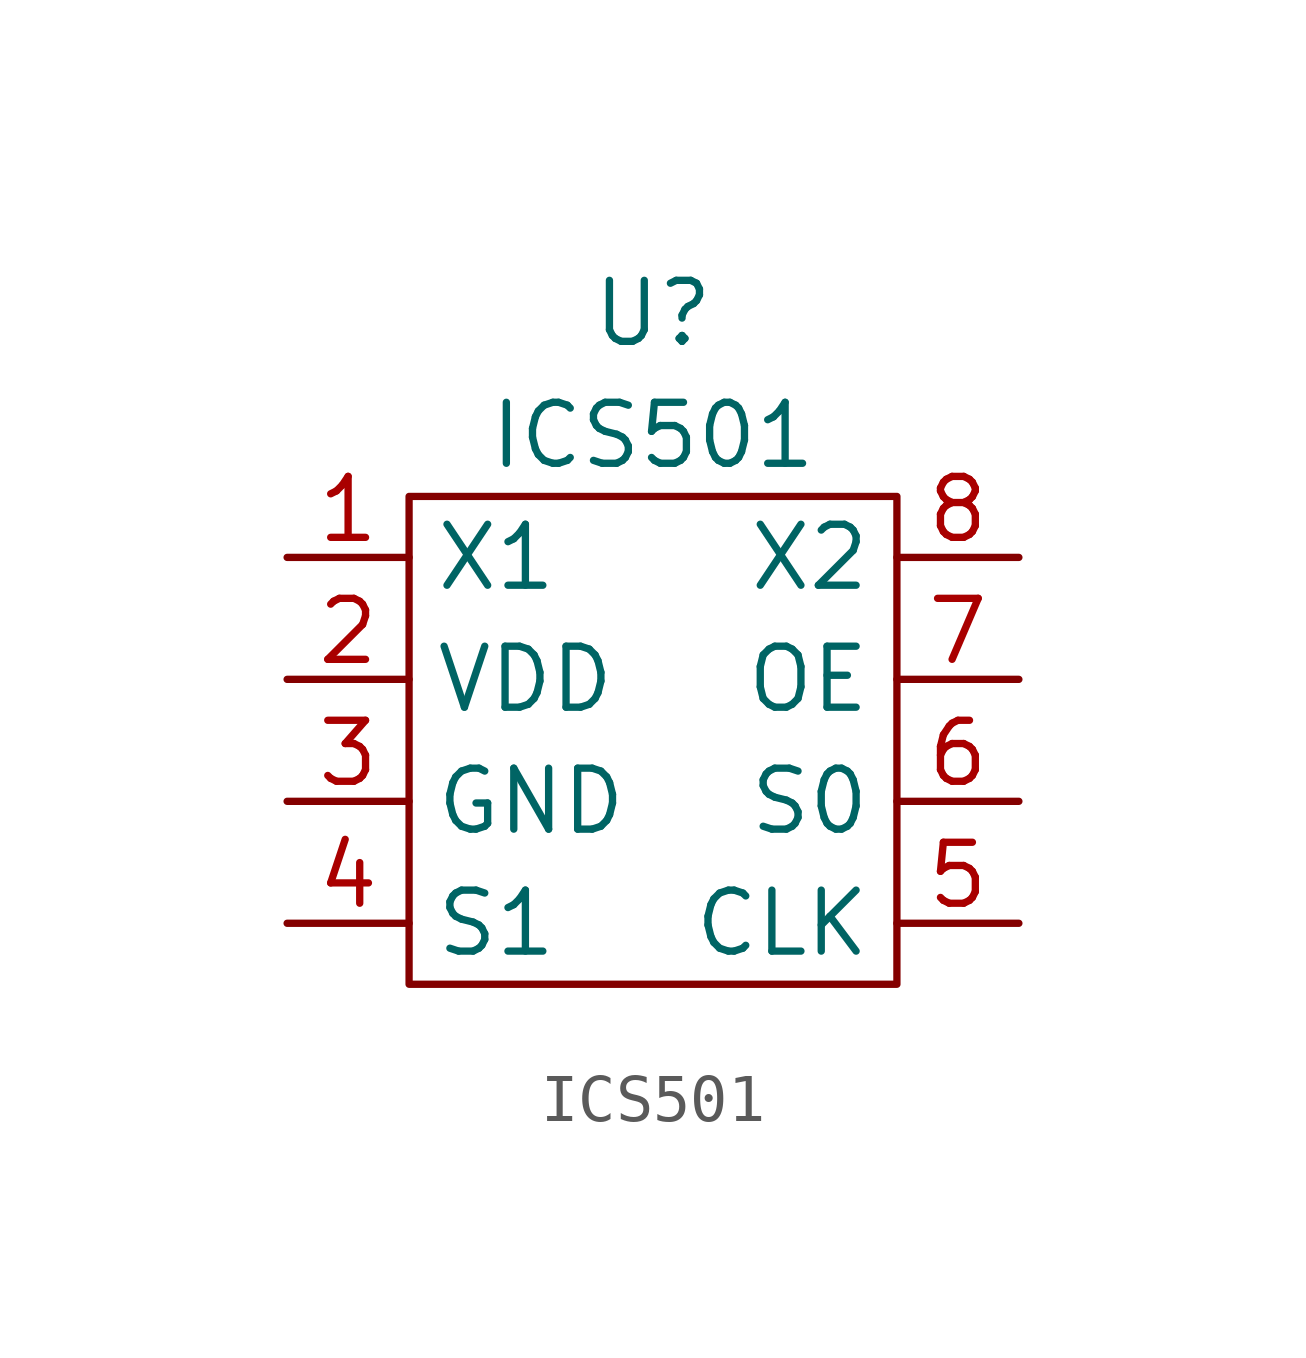
<source format=kicad_sym>
(kicad_symbol_lib
  (version 20211014)
  (generator kicad_symbol_editor)
  (symbol "ICS501"
    (property "Reference" "U"
      (at 0 2.54 0)
      (effects (font (size 1.27 1.27))))
    (property "Value" "ICS501"
      (at 0 0 0)
      (effects (font (size 1.27 1.27))))
    (symbol "ICS501_0_0"
      (pin unspecified line (at -7.62 -2.54 0) (length 2.54) (name "X1" (effects (font (size 1.27 1.27)))) (number "1" (effects (font (size 1.27 1.27)))))
      (pin power_in line (at -7.62 -5.08 0) (length 2.54) (name "VDD" (effects (font (size 1.27 1.27)))) (number "2" (effects (font (size 1.27 1.27)))))
      (pin power_in line (at -7.62 -7.62 0) (length 2.54) (name "GND" (effects (font (size 1.27 1.27)))) (number "3" (effects (font (size 1.27 1.27)))))
      (pin input line (at -7.62 -10.16 0) (length 2.54) (name "S1" (effects (font (size 1.27 1.27)))) (number "4" (effects (font (size 1.27 1.27)))))
      (pin output line (at 7.62 -10.16 180) (length 2.54) (name "CLK" (effects (font (size 1.27 1.27)))) (number "5" (effects (font (size 1.27 1.27)))))
      (pin input line (at 7.62 -7.62 180) (length 2.54) (name "S0" (effects (font (size 1.27 1.27)))) (number "6" (effects (font (size 1.27 1.27)))))
      (pin input line (at 7.62 -5.08 180) (length 2.54) (name "OE" (effects (font (size 1.27 1.27)))) (number "7" (effects (font (size 1.27 1.27)))))
      (pin unspecified line (at 7.62 -2.54 180) (length 2.54) (name "X2" (effects (font (size 1.27 1.27)))) (number "8" (effects (font (size 1.27 1.27))))))
    (symbol "ICS501_0_1"
      (rectangle (start -5.08 -1.27) (end 5.08 -11.43) (stroke (width 0.152) (type default) (color 0 0 0 0)) (fill (type none))))))
</source>
